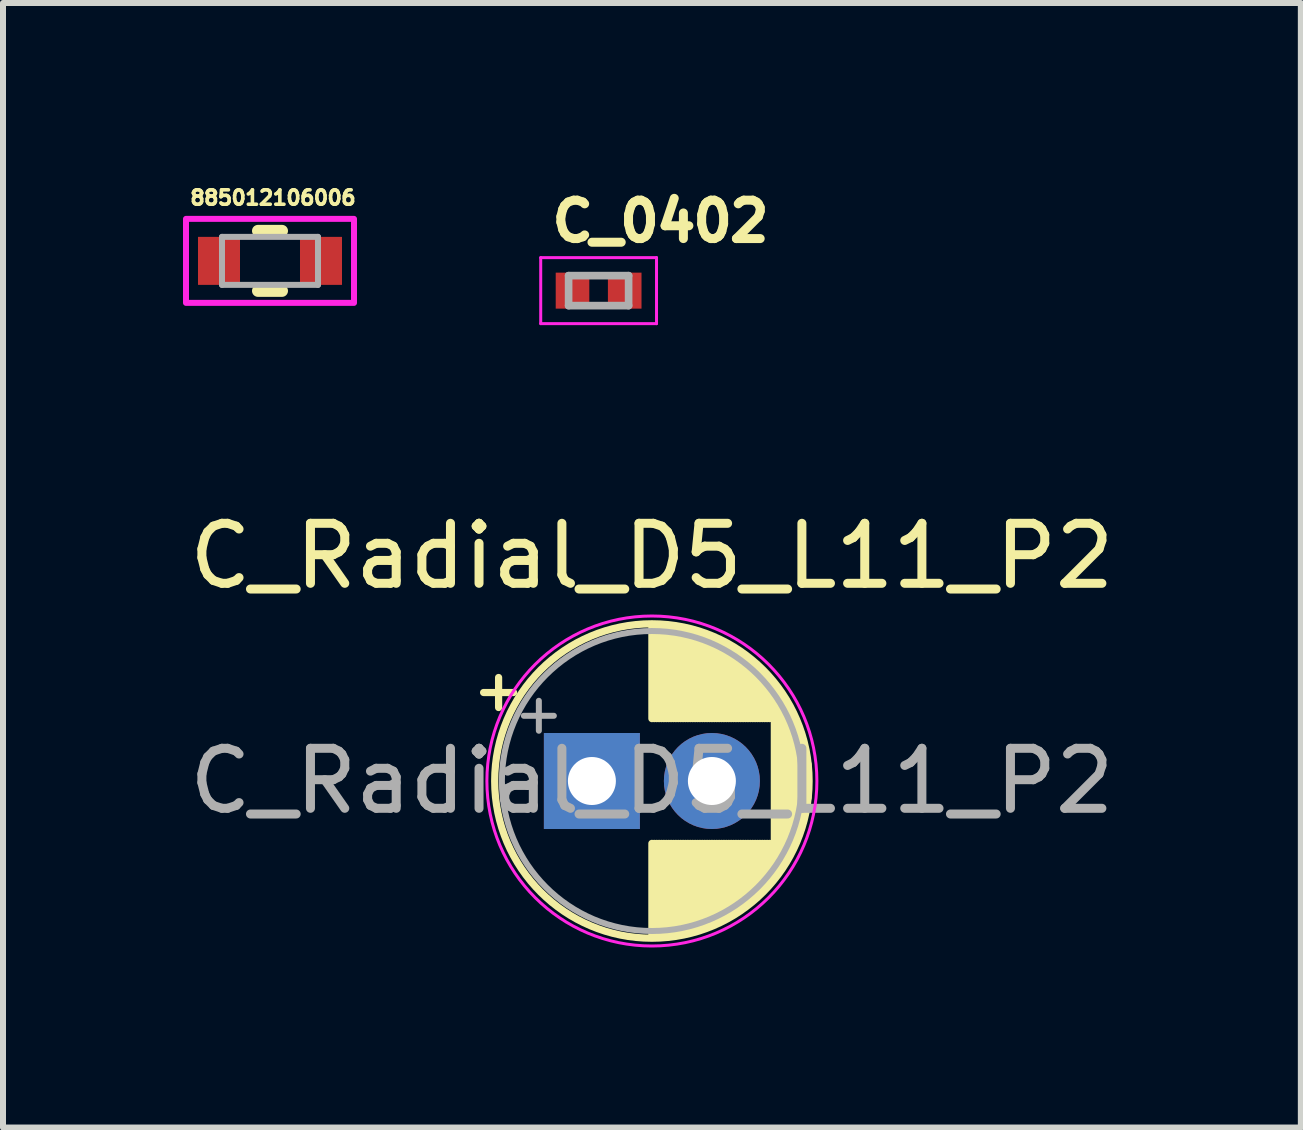
<source format=kicad_pcb>
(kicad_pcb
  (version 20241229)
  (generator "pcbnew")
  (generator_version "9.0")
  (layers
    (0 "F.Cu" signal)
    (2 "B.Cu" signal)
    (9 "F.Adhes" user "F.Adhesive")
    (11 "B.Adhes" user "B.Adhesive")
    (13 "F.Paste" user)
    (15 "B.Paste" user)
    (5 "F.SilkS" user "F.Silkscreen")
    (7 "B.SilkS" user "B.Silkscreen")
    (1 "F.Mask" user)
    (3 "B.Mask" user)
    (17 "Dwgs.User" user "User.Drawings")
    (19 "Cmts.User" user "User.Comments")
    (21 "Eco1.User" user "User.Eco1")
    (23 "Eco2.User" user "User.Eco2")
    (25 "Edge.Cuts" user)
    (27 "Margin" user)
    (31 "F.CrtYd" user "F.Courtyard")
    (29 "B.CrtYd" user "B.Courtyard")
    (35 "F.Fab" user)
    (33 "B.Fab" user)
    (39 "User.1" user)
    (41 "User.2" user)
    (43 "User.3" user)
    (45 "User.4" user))
  (footprint "C_Radial_D5_L11_P2"
    (layer "F.Cu")
    (at 6.815 9.967)
    (property "Reference" "C_Radial_D5_L11_P2" (at 1 -3.75 0) (layer "F.SilkS") (effects (font (size 1 1) (thickness 0.15))))
    (attr through_hole)
    (fp_line (start -1.805 -1.475) (end -1.305 -1.475) (stroke (width 0.12) (type solid)) (layer "F.SilkS"))
    (fp_line (start -1.555 -1.725) (end -1.555 -1.225) (stroke (width 0.12) (type solid)) (layer "F.SilkS"))
    (fp_line (start 1 -2.58) (end 1 -1.04) (stroke (width 0.12) (type solid)) (layer "F.SilkS"))
    (fp_line (start 1 1.04) (end 1 2.58) (stroke (width 0.12) (type solid)) (layer "F.SilkS"))
    (fp_line (start 1.04 -2.58) (end 1.04 -1.04) (stroke (width 0.12) (type solid)) (layer "F.SilkS"))
    (fp_line (start 1.04 1.04) (end 1.04 2.58) (stroke (width 0.12) (type solid)) (layer "F.SilkS"))
    (fp_line (start 1.08 -2.579) (end 1.08 -1.04) (stroke (width 0.12) (type solid)) (layer "F.SilkS"))
    (fp_line (start 1.08 1.04) (end 1.08 2.579) (stroke (width 0.12) (type solid)) (layer "F.SilkS"))
    (fp_line (start 1.12 -2.578) (end 1.12 -1.04) (stroke (width 0.12) (type solid)) (layer "F.SilkS"))
    (fp_line (start 1.12 1.04) (end 1.12 2.578) (stroke (width 0.12) (type solid)) (layer "F.SilkS"))
    (fp_line (start 1.16 -2.576) (end 1.16 -1.04) (stroke (width 0.12) (type solid)) (layer "F.SilkS"))
    (fp_line (start 1.16 1.04) (end 1.16 2.576) (stroke (width 0.12) (type solid)) (layer "F.SilkS"))
    (fp_line (start 1.2 -2.573) (end 1.2 -1.04) (stroke (width 0.12) (type solid)) (layer "F.SilkS"))
    (fp_line (start 1.2 1.04) (end 1.2 2.573) (stroke (width 0.12) (type solid)) (layer "F.SilkS"))
    (fp_line (start 1.24 -2.569) (end 1.24 -1.04) (stroke (width 0.12) (type solid)) (layer "F.SilkS"))
    (fp_line (start 1.24 1.04) (end 1.24 2.569) (stroke (width 0.12) (type solid)) (layer "F.SilkS"))
    (fp_line (start 1.28 -2.565) (end 1.28 -1.04) (stroke (width 0.12) (type solid)) (layer "F.SilkS"))
    (fp_line (start 1.28 1.04) (end 1.28 2.565) (stroke (width 0.12) (type solid)) (layer "F.SilkS"))
    (fp_line (start 1.32 -2.561) (end 1.32 -1.04) (stroke (width 0.12) (type solid)) (layer "F.SilkS"))
    (fp_line (start 1.32 1.04) (end 1.32 2.561) (stroke (width 0.12) (type solid)) (layer "F.SilkS"))
    (fp_line (start 1.36 -2.556) (end 1.36 -1.04) (stroke (width 0.12) (type solid)) (layer "F.SilkS"))
    (fp_line (start 1.36 1.04) (end 1.36 2.556) (stroke (width 0.12) (type solid)) (layer "F.SilkS"))
    (fp_line (start 1.4 -2.55) (end 1.4 -1.04) (stroke (width 0.12) (type solid)) (layer "F.SilkS"))
    (fp_line (start 1.4 1.04) (end 1.4 2.55) (stroke (width 0.12) (type solid)) (layer "F.SilkS"))
    (fp_line (start 1.44 -2.543) (end 1.44 -1.04) (stroke (width 0.12) (type solid)) (layer "F.SilkS"))
    (fp_line (start 1.44 1.04) (end 1.44 2.543) (stroke (width 0.12) (type solid)) (layer "F.SilkS"))
    (fp_line (start 1.48 -2.536) (end 1.48 -1.04) (stroke (width 0.12) (type solid)) (layer "F.SilkS"))
    (fp_line (start 1.48 1.04) (end 1.48 2.536) (stroke (width 0.12) (type solid)) (layer "F.SilkS"))
    (fp_line (start 1.52 -2.528) (end 1.52 -1.04) (stroke (width 0.12) (type solid)) (layer "F.SilkS"))
    (fp_line (start 1.52 1.04) (end 1.52 2.528) (stroke (width 0.12) (type solid)) (layer "F.SilkS"))
    (fp_line (start 1.56 -2.52) (end 1.56 -1.04) (stroke (width 0.12) (type solid)) (layer "F.SilkS"))
    (fp_line (start 1.56 1.04) (end 1.56 2.52) (stroke (width 0.12) (type solid)) (layer "F.SilkS"))
    (fp_line (start 1.6 -2.511) (end 1.6 -1.04) (stroke (width 0.12) (type solid)) (layer "F.SilkS"))
    (fp_line (start 1.6 1.04) (end 1.6 2.511) (stroke (width 0.12) (type solid)) (layer "F.SilkS"))
    (fp_line (start 1.64 -2.501) (end 1.64 -1.04) (stroke (width 0.12) (type solid)) (layer "F.SilkS"))
    (fp_line (start 1.64 1.04) (end 1.64 2.501) (stroke (width 0.12) (type solid)) (layer "F.SilkS"))
    (fp_line (start 1.68 -2.491) (end 1.68 -1.04) (stroke (width 0.12) (type solid)) (layer "F.SilkS"))
    (fp_line (start 1.68 1.04) (end 1.68 2.491) (stroke (width 0.12) (type solid)) (layer "F.SilkS"))
    (fp_line (start 1.721 -2.48) (end 1.721 -1.04) (stroke (width 0.12) (type solid)) (layer "F.SilkS"))
    (fp_line (start 1.721 1.04) (end 1.721 2.48) (stroke (width 0.12) (type solid)) (layer "F.SilkS"))
    (fp_line (start 1.761 -2.468) (end 1.761 -1.04) (stroke (width 0.12) (type solid)) (layer "F.SilkS"))
    (fp_line (start 1.761 1.04) (end 1.761 2.468) (stroke (width 0.12) (type solid)) (layer "F.SilkS"))
    (fp_line (start 1.801 -2.455) (end 1.801 -1.04) (stroke (width 0.12) (type solid)) (layer "F.SilkS"))
    (fp_line (start 1.801 1.04) (end 1.801 2.455) (stroke (width 0.12) (type solid)) (layer "F.SilkS"))
    (fp_line (start 1.841 -2.442) (end 1.841 -1.04) (stroke (width 0.12) (type solid)) (layer "F.SilkS"))
    (fp_line (start 1.841 1.04) (end 1.841 2.442) (stroke (width 0.12) (type solid)) (layer "F.SilkS"))
    (fp_line (start 1.881 -2.428) (end 1.881 -1.04) (stroke (width 0.12) (type solid)) (layer "F.SilkS"))
    (fp_line (start 1.881 1.04) (end 1.881 2.428) (stroke (width 0.12) (type solid)) (layer "F.SilkS"))
    (fp_line (start 1.921 -2.414) (end 1.921 -1.04) (stroke (width 0.12) (type solid)) (layer "F.SilkS"))
    (fp_line (start 1.921 1.04) (end 1.921 2.414) (stroke (width 0.12) (type solid)) (layer "F.SilkS"))
    (fp_line (start 1.961 -2.398) (end 1.961 -1.04) (stroke (width 0.12) (type solid)) (layer "F.SilkS"))
    (fp_line (start 1.961 1.04) (end 1.961 2.398) (stroke (width 0.12) (type solid)) (layer "F.SilkS"))
    (fp_line (start 2.001 -2.382) (end 2.001 -1.04) (stroke (width 0.12) (type solid)) (layer "F.SilkS"))
    (fp_line (start 2.001 1.04) (end 2.001 2.382) (stroke (width 0.12) (type solid)) (layer "F.SilkS"))
    (fp_line (start 2.041 -2.365) (end 2.041 -1.04) (stroke (width 0.12) (type solid)) (layer "F.SilkS"))
    (fp_line (start 2.041 1.04) (end 2.041 2.365) (stroke (width 0.12) (type solid)) (layer "F.SilkS"))
    (fp_line (start 2.081 -2.348) (end 2.081 -1.04) (stroke (width 0.12) (type solid)) (layer "F.SilkS"))
    (fp_line (start 2.081 1.04) (end 2.081 2.348) (stroke (width 0.12) (type solid)) (layer "F.SilkS"))
    (fp_line (start 2.121 -2.329) (end 2.121 -1.04) (stroke (width 0.12) (type solid)) (layer "F.SilkS"))
    (fp_line (start 2.121 1.04) (end 2.121 2.329) (stroke (width 0.12) (type solid)) (layer "F.SilkS"))
    (fp_line (start 2.161 -2.31) (end 2.161 -1.04) (stroke (width 0.12) (type solid)) (layer "F.SilkS"))
    (fp_line (start 2.161 1.04) (end 2.161 2.31) (stroke (width 0.12) (type solid)) (layer "F.SilkS"))
    (fp_line (start 2.201 -2.29) (end 2.201 -1.04) (stroke (width 0.12) (type solid)) (layer "F.SilkS"))
    (fp_line (start 2.201 1.04) (end 2.201 2.29) (stroke (width 0.12) (type solid)) (layer "F.SilkS"))
    (fp_line (start 2.241 -2.268) (end 2.241 -1.04) (stroke (width 0.12) (type solid)) (layer "F.SilkS"))
    (fp_line (start 2.241 1.04) (end 2.241 2.268) (stroke (width 0.12) (type solid)) (layer "F.SilkS"))
    (fp_line (start 2.281 -2.247) (end 2.281 -1.04) (stroke (width 0.12) (type solid)) (layer "F.SilkS"))
    (fp_line (start 2.281 1.04) (end 2.281 2.247) (stroke (width 0.12) (type solid)) (layer "F.SilkS"))
    (fp_line (start 2.321 -2.224) (end 2.321 -1.04) (stroke (width 0.12) (type solid)) (layer "F.SilkS"))
    (fp_line (start 2.321 1.04) (end 2.321 2.224) (stroke (width 0.12) (type solid)) (layer "F.SilkS"))
    (fp_line (start 2.361 -2.2) (end 2.361 -1.04) (stroke (width 0.12) (type solid)) (layer "F.SilkS"))
    (fp_line (start 2.361 1.04) (end 2.361 2.2) (stroke (width 0.12) (type solid)) (layer "F.SilkS"))
    (fp_line (start 2.401 -2.175) (end 2.401 -1.04) (stroke (width 0.12) (type solid)) (layer "F.SilkS"))
    (fp_line (start 2.401 1.04) (end 2.401 2.175) (stroke (width 0.12) (type solid)) (layer "F.SilkS"))
    (fp_line (start 2.441 -2.149) (end 2.441 -1.04) (stroke (width 0.12) (type solid)) (layer "F.SilkS"))
    (fp_line (start 2.441 1.04) (end 2.441 2.149) (stroke (width 0.12) (type solid)) (layer "F.SilkS"))
    (fp_line (start 2.481 -2.122) (end 2.481 -1.04) (stroke (width 0.12) (type solid)) (layer "F.SilkS"))
    (fp_line (start 2.481 1.04) (end 2.481 2.122) (stroke (width 0.12) (type solid)) (layer "F.SilkS"))
    (fp_line (start 2.521 -2.095) (end 2.521 -1.04) (stroke (width 0.12) (type solid)) (layer "F.SilkS"))
    (fp_line (start 2.521 1.04) (end 2.521 2.095) (stroke (width 0.12) (type solid)) (layer "F.SilkS"))
    (fp_line (start 2.561 -2.065) (end 2.561 -1.04) (stroke (width 0.12) (type solid)) (layer "F.SilkS"))
    (fp_line (start 2.561 1.04) (end 2.561 2.065) (stroke (width 0.12) (type solid)) (layer "F.SilkS"))
    (fp_line (start 2.601 -2.035) (end 2.601 -1.04) (stroke (width 0.12) (type solid)) (layer "F.SilkS"))
    (fp_line (start 2.601 1.04) (end 2.601 2.035) (stroke (width 0.12) (type solid)) (layer "F.SilkS"))
    (fp_line (start 2.641 -2.004) (end 2.641 -1.04) (stroke (width 0.12) (type solid)) (layer "F.SilkS"))
    (fp_line (start 2.641 1.04) (end 2.641 2.004) (stroke (width 0.12) (type solid)) (layer "F.SilkS"))
    (fp_line (start 2.681 -1.971) (end 2.681 -1.04) (stroke (width 0.12) (type solid)) (layer "F.SilkS"))
    (fp_line (start 2.681 1.04) (end 2.681 1.971) (stroke (width 0.12) (type solid)) (layer "F.SilkS"))
    (fp_line (start 2.721 -1.937) (end 2.721 -1.04) (stroke (width 0.12) (type solid)) (layer "F.SilkS"))
    (fp_line (start 2.721 1.04) (end 2.721 1.937) (stroke (width 0.12) (type solid)) (layer "F.SilkS"))
    (fp_line (start 2.761 -1.901) (end 2.761 -1.04) (stroke (width 0.12) (type solid)) (layer "F.SilkS"))
    (fp_line (start 2.761 1.04) (end 2.761 1.901) (stroke (width 0.12) (type solid)) (layer "F.SilkS"))
    (fp_line (start 2.801 -1.864) (end 2.801 -1.04) (stroke (width 0.12) (type solid)) (layer "F.SilkS"))
    (fp_line (start 2.801 1.04) (end 2.801 1.864) (stroke (width 0.12) (type solid)) (layer "F.SilkS"))
    (fp_line (start 2.841 -1.826) (end 2.841 -1.04) (stroke (width 0.12) (type solid)) (layer "F.SilkS"))
    (fp_line (start 2.841 1.04) (end 2.841 1.826) (stroke (width 0.12) (type solid)) (layer "F.SilkS"))
    (fp_line (start 2.881 -1.785) (end 2.881 -1.04) (stroke (width 0.12) (type solid)) (layer "F.SilkS"))
    (fp_line (start 2.881 1.04) (end 2.881 1.785) (stroke (width 0.12) (type solid)) (layer "F.SilkS"))
    (fp_line (start 2.921 -1.743) (end 2.921 -1.04) (stroke (width 0.12) (type solid)) (layer "F.SilkS"))
    (fp_line (start 2.921 1.04) (end 2.921 1.743) (stroke (width 0.12) (type solid)) (layer "F.SilkS"))
    (fp_line (start 2.961 -1.699) (end 2.961 -1.04) (stroke (width 0.12) (type solid)) (layer "F.SilkS"))
    (fp_line (start 2.961 1.04) (end 2.961 1.699) (stroke (width 0.12) (type solid)) (layer "F.SilkS"))
    (fp_line (start 3.001 -1.653) (end 3.001 -1.04) (stroke (width 0.12) (type solid)) (layer "F.SilkS"))
    (fp_line (start 3.001 1.04) (end 3.001 1.653) (stroke (width 0.12) (type solid)) (layer "F.SilkS"))
    (fp_line (start 3.041 -1.605) (end 3.041 1.605) (stroke (width 0.12) (type solid)) (layer "F.SilkS"))
    (fp_line (start 3.081 -1.554) (end 3.081 1.554) (stroke (width 0.12) (type solid)) (layer "F.SilkS"))
    (fp_line (start 3.121 -1.5) (end 3.121 1.5) (stroke (width 0.12) (type solid)) (layer "F.SilkS"))
    (fp_line (start 3.161 -1.443) (end 3.161 1.443) (stroke (width 0.12) (type solid)) (layer "F.SilkS"))
    (fp_line (start 3.201 -1.383) (end 3.201 1.383) (stroke (width 0.12) (type solid)) (layer "F.SilkS"))
    (fp_line (start 3.241 -1.319) (end 3.241 1.319) (stroke (width 0.12) (type solid)) (layer "F.SilkS"))
    (fp_line (start 3.281 -1.251) (end 3.281 1.251) (stroke (width 0.12) (type solid)) (layer "F.SilkS"))
    (fp_line (start 3.321 -1.178) (end 3.321 1.178) (stroke (width 0.12) (type solid)) (layer "F.SilkS"))
    (fp_line (start 3.361 -1.098) (end 3.361 1.098) (stroke (width 0.12) (type solid)) (layer "F.SilkS"))
    (fp_line (start 3.401 -1.011) (end 3.401 1.011) (stroke (width 0.12) (type solid)) (layer "F.SilkS"))
    (fp_line (start 3.441 -0.915) (end 3.441 0.915) (stroke (width 0.12) (type solid)) (layer "F.SilkS"))
    (fp_line (start 3.481 -0.805) (end 3.481 0.805) (stroke (width 0.12) (type solid)) (layer "F.SilkS"))
    (fp_line (start 3.521 -0.677) (end 3.521 0.677) (stroke (width 0.12) (type solid)) (layer "F.SilkS"))
    (fp_line (start 3.561 -0.518) (end 3.561 0.518) (stroke (width 0.12) (type solid)) (layer "F.SilkS"))
    (fp_line (start 3.601 -0.284) (end 3.601 0.284) (stroke (width 0.12) (type solid)) (layer "F.SilkS"))
    (fp_circle (center 1 0) (end 3.62 0) (stroke (width 0.12) (type solid)) (fill no) (layer "F.SilkS"))
    (fp_circle (center 1 0) (end 3.75 0) (stroke (width 0.05) (type solid)) (fill no) (layer "F.CrtYd"))
    (fp_line (start -1.134 -1.087) (end -0.634 -1.087) (stroke (width 0.1) (type solid)) (layer "F.Fab"))
    (fp_line (start -0.884 -1.337) (end -0.884 -0.838) (stroke (width 0.1) (type solid)) (layer "F.Fab"))
    (fp_circle (center 1 0) (end 3.5 0) (stroke (width 0.1) (type solid)) (fill no) (layer "F.Fab"))
    (fp_text user "${REFERENCE}" (at 1 0 0) (layer "F.Fab") (effects (font (size 1 1) (thickness 0.15))))
    (pad "1" thru_hole rect (at 0 0) (size 1.6 1.6) (drill 0.8) (layers "*.Cu" "*.Mask"))
    (pad "2" thru_hole circle (at 2 0) (size 1.6 1.6) (drill 0.8) (layers "*.Cu" "*.Mask")))
  (footprint "885012106006"
    (layer "F.Cu")
    (at 1.45 1.298)
    (property "Reference" "885012106006" (at 0.05 -1.052 0) (layer "F.SilkS") (effects (font (size 0.24 0.24) (thickness 0.15))))
    (attr smd)
    (fp_line (start -0.2 -0.5) (end 0.2 -0.5) (stroke (width 0.2) (type solid)) (layer "F.SilkS"))
    (fp_line (start 0.2 0.5) (end -0.2 0.5) (stroke (width 0.2) (type solid)) (layer "F.SilkS"))
    (fp_poly (pts (xy -1.4 -0.7) (xy 1.4 -0.7) (xy 1.4 0.7) (xy -1.4 0.7)) (stroke (width 0.1) (type solid)) (fill no) (layer "F.CrtYd"))
    (fp_line (start -0.8 -0.4) (end -0.8 0.4) (stroke (width 0.1) (type solid)) (layer "F.Fab"))
    (fp_line (start -0.8 -0.4) (end 0.8 -0.4) (stroke (width 0.1) (type solid)) (layer "F.Fab"))
    (fp_line (start -0.8 0.4) (end 0.8 0.4) (stroke (width 0.1) (type solid)) (layer "F.Fab"))
    (fp_line (start 0.8 0.4) (end 0.8 -0.4) (stroke (width 0.1) (type solid)) (layer "F.Fab"))
    (pad "1" smd rect (at -0.85 0) (size 0.7 0.8) (layers "F.Cu" "F.Mask" "F.Paste"))
    (pad "2" smd rect (at 0.85 0) (size 0.7 0.8) (layers "F.Cu" "F.Mask" "F.Paste")))
  (footprint "C_0402"
    (layer "F.Cu")
    (at 6.927 1.794)
    (property "Reference" "C_0402" (at 1.032 -1.156 0) (layer "F.SilkS") (effects (font (size 0.64 0.64) (thickness 0.15))))
    (attr smd)
    (fp_line (start -0.965 -0.55) (end 0.965 -0.55) (stroke (width 0.05) (type solid)) (layer "F.CrtYd"))
    (fp_line (start -0.965 0.55) (end -0.965 -0.55) (stroke (width 0.05) (type solid)) (layer "F.CrtYd"))
    (fp_line (start 0.965 -0.55) (end 0.965 0.55) (stroke (width 0.05) (type solid)) (layer "F.CrtYd"))
    (fp_line (start 0.965 0.55) (end -0.965 0.55) (stroke (width 0.05) (type solid)) (layer "F.CrtYd"))
    (fp_line (start -0.5 -0.25) (end 0.5 -0.25) (stroke (width 0.127) (type solid)) (layer "F.Fab"))
    (fp_line (start -0.5 0.25) (end -0.5 -0.25) (stroke (width 0.127) (type solid)) (layer "F.Fab"))
    (fp_line (start 0.5 -0.25) (end 0.5 0.25) (stroke (width 0.127) (type solid)) (layer "F.Fab"))
    (fp_line (start 0.5 0.25) (end -0.5 0.25) (stroke (width 0.127) (type solid)) (layer "F.Fab"))
    (pad "1" smd rect (at -0.435 0) (size 0.56 0.6) (layers "F.Cu" "F.Mask" "F.Paste"))
    (pad "2" smd rect (at 0.435 0) (size 0.56 0.6) (layers "F.Cu" "F.Mask" "F.Paste")))
  (gr_rect
    (start -3 -3)
    (end 18.631 15.742)
    (stroke (width 0.1) (type default))
    (fill no)
    (layer "Edge.Cuts")))
</source>
